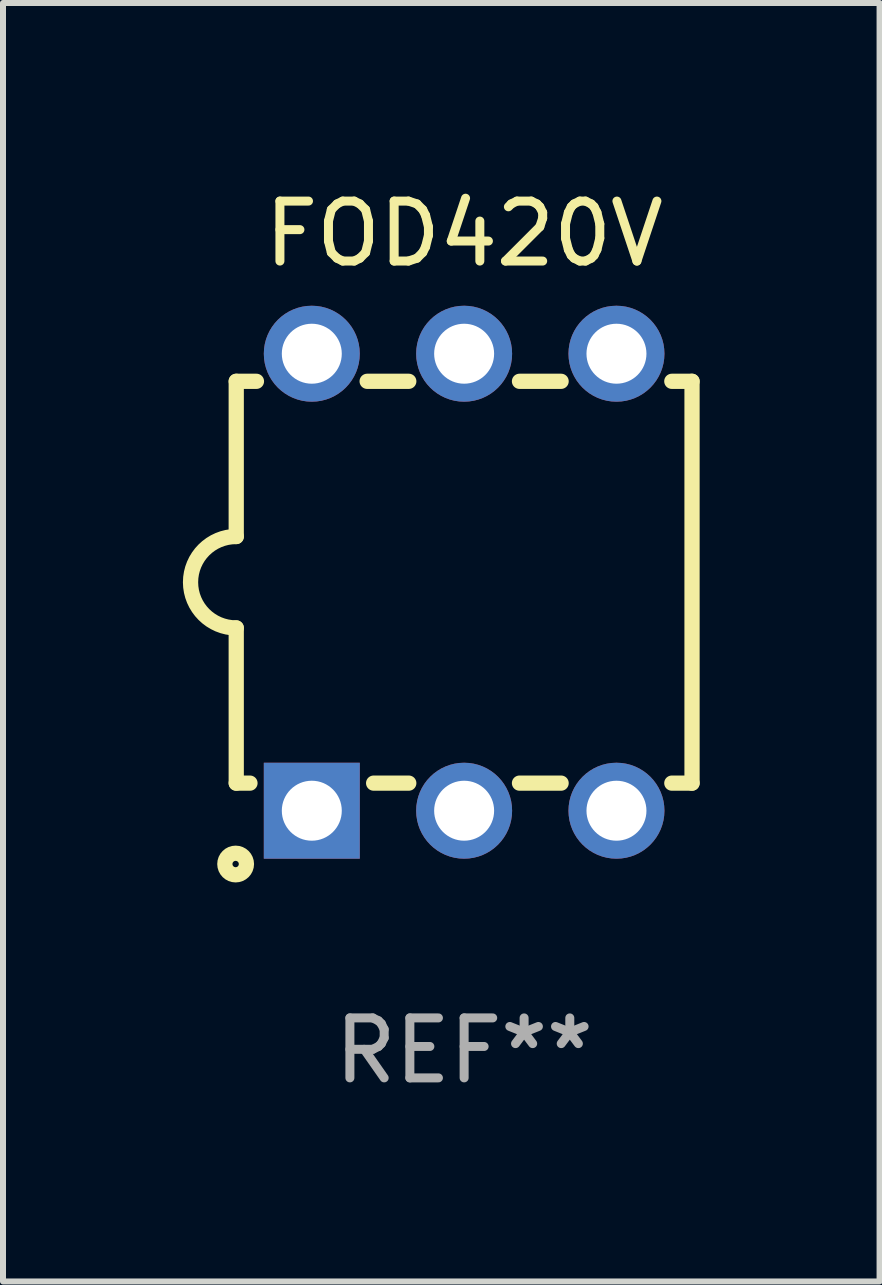
<source format=kicad_pcb>
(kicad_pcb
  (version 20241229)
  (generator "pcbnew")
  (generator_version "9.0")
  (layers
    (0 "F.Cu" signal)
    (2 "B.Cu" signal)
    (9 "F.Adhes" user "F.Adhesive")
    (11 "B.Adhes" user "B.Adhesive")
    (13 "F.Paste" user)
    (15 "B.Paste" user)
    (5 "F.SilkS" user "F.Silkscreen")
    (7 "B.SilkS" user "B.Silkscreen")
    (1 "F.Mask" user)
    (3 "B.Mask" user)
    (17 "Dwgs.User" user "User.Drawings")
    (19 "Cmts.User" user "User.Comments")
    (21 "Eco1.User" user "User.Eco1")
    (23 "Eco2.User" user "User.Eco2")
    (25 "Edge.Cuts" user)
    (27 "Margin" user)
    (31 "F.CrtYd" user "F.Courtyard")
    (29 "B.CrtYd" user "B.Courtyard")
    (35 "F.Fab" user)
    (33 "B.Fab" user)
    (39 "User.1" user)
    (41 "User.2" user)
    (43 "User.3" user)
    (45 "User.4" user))
  (footprint "FOD420V"
    (layer "F.Cu")
    (at 4.689 6.658)
    (property "Reference" "FOD420V" (at 0 -5.81 0) (layer "F.SilkS") (effects (font (size 1 1) (thickness 0.15))))
    (attr through_hole)
    (fp_line (start -3.8 3.35) (end -3.8 0.762) (stroke (width 0.254) (type solid)) (layer "F.SilkS"))
    (fp_line (start -3.8 3.35) (end -3.571 3.35) (stroke (width 0.254) (type solid)) (layer "F.SilkS"))
    (fp_line (start -3.8 -3.35) (end -3.8 -0.762) (stroke (width 0.254) (type solid)) (layer "F.SilkS"))
    (fp_line (start -3.8 -3.35) (end -3.463 -3.35) (stroke (width 0.254) (type solid)) (layer "F.SilkS"))
    (fp_line (start -1.617 -3.35) (end -0.923 -3.35) (stroke (width 0.254) (type solid)) (layer "F.SilkS"))
    (fp_line (start -1.509 3.35) (end -0.923 3.35) (stroke (width 0.254) (type solid)) (layer "F.SilkS"))
    (fp_line (start 0.923 -3.35) (end 1.617 -3.35) (stroke (width 0.254) (type solid)) (layer "F.SilkS"))
    (fp_line (start 0.923 3.35) (end 1.617 3.35) (stroke (width 0.254) (type solid)) (layer "F.SilkS"))
    (fp_line (start 3.463 -3.35) (end 3.8 -3.35) (stroke (width 0.254) (type solid)) (layer "F.SilkS"))
    (fp_line (start 3.463 3.35) (end 3.8 3.35) (stroke (width 0.254) (type solid)) (layer "F.SilkS"))
    (fp_line (start 3.8 -3.35) (end 3.8 3.35) (stroke (width 0.254) (type solid)) (layer "F.SilkS"))
    (fp_arc (start -3.800013 0.762002) (mid -4.561837 -0.000089) (end -3.799835 -0.762002) (stroke (width 0.254001) (type solid)) (layer "F.SilkS"))
    (fp_circle (center -3.81 4.699) (end -3.63 4.699) (stroke (width 0.254) (type solid)) (fill no) (layer "F.SilkS"))
    (fp_text user "REF**" (at 0 7.81 0) (layer "F.Fab") (effects (font (size 1 1) (thickness 0.15))))
    (pad "1" thru_hole rect (at -2.54 3.81) (size 1.6 1.6) (drill 1) (layers "*.Cu" "*.Mask"))
    (pad "2" thru_hole circle (at 0.000013 3.81) (size 1.6 1.6) (drill 1) (layers "*.Cu" "*.Mask"))
    (pad "3" thru_hole circle (at 2.54 3.81) (size 1.6 1.6) (drill 1) (layers "*.Cu" "*.Mask"))
    (pad "4" thru_hole circle (at 2.54 -3.81) (size 1.6 1.6) (drill 1) (layers "*.Cu" "*.Mask"))
    (pad "5" thru_hole circle (at 0.000013 -3.81) (size 1.6 1.6) (drill 1) (layers "*.Cu" "*.Mask"))
    (pad "6" thru_hole circle (at -2.54 -3.81) (size 1.6 1.6) (drill 1) (layers "*.Cu" "*.Mask")))
  (gr_rect
    (start -3 -3)
    (end 11.616 18.317)
    (stroke (width 0.1) (type default))
    (fill no)
    (layer "Edge.Cuts")))
</source>
